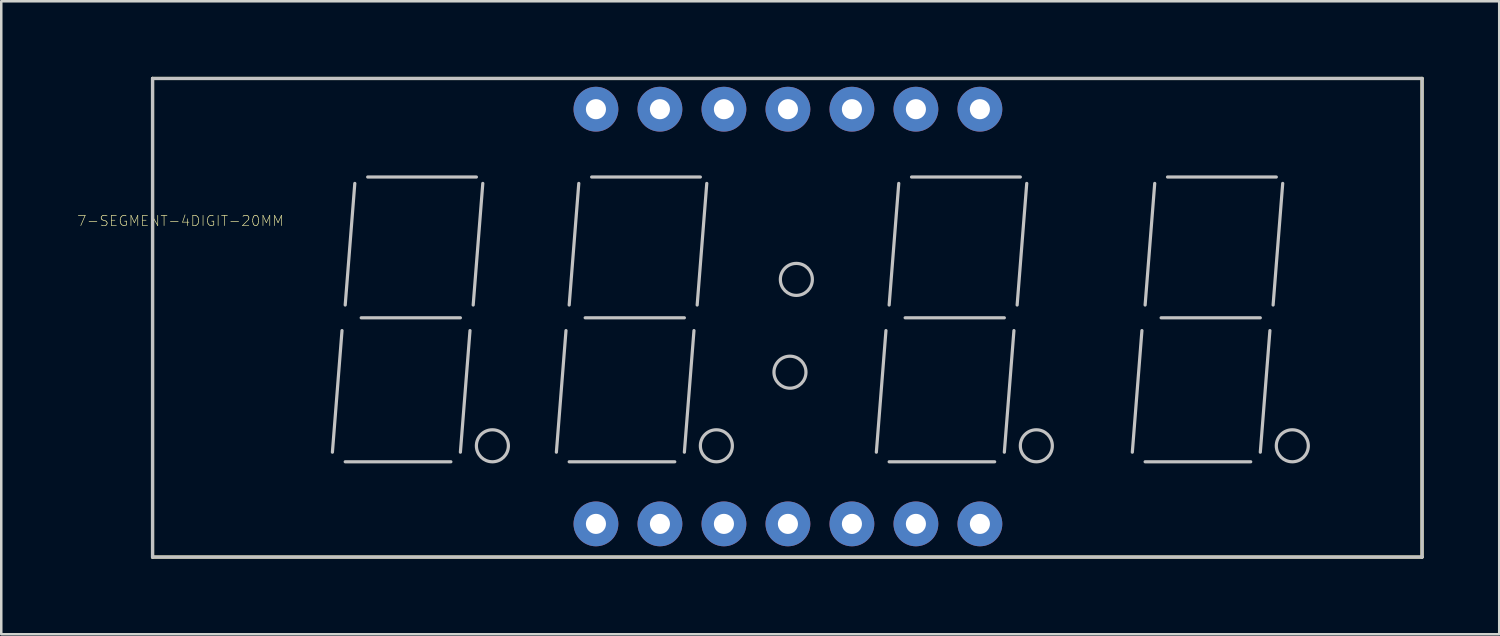
<source format=kicad_pcb>
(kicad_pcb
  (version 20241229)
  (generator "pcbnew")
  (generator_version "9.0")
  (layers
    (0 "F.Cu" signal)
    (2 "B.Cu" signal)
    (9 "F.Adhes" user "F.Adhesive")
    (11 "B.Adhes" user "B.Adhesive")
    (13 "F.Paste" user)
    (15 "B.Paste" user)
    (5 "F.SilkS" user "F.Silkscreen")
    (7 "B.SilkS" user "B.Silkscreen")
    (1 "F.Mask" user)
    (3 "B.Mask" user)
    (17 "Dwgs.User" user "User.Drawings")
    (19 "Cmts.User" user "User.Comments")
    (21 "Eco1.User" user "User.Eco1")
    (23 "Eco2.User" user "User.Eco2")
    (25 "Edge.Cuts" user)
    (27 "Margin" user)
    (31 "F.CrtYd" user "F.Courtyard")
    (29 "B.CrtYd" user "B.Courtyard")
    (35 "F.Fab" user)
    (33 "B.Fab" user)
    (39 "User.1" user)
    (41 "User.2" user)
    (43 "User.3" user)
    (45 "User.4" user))
  (footprint "7-SEGMENT-4DIGIT-20MM"
    (layer "F.Cu")
    (at 23.094 12.664)
    (property "Reference" "7-SEGMENT-4DIGIT-20MM" (at -18.984 -6.947 0) (layer "F.SilkS") (effects (font (size 0.406 0.406) (thickness 0.025))))
    (attr exclude_from_pos_files exclude_from_bom)
    (fp_line (start -20.089 -12.6) (end -20.089 6.398) (stroke (width 0.127) (type solid)) (layer "F.SilkS"))
    (fp_line (start -20.089 -12.6) (end 30.3 -12.6) (stroke (width 0.127) (type solid)) (layer "F.SilkS"))
    (fp_line (start -20.089 6.398) (end 30.3 6.397) (stroke (width 0.127) (type solid)) (layer "F.SilkS"))
    (fp_line (start 30.3 -12.6) (end 30.3 6.397) (stroke (width 0.127) (type solid)) (layer "F.SilkS"))
    (fp_line (start -20.089 -12.6) (end -20.089 6.398) (stroke (width 0.127) (type solid)) (layer "Dwgs.User"))
    (fp_line (start -20.089 -12.6) (end 30.3 -12.6) (stroke (width 0.127) (type solid)) (layer "Dwgs.User"))
    (fp_line (start -20.089 6.398) (end 30.3 6.398) (stroke (width 0.127) (type solid)) (layer "Dwgs.User"))
    (fp_line (start -12.569 -2.592) (end -12.95 2.234) (stroke (width 0.127) (type solid)) (layer "Dwgs.User"))
    (fp_line (start -12.442 2.615) (end -8.248 2.615) (stroke (width 0.127) (type solid)) (layer "Dwgs.User"))
    (fp_line (start -12.061 -8.434) (end -12.442 -3.608) (stroke (width 0.127) (type solid)) (layer "Dwgs.User"))
    (fp_line (start -11.807 -3.1) (end -7.87 -3.1) (stroke (width 0.127) (type solid)) (layer "Dwgs.User"))
    (fp_line (start -11.55 -8.688) (end -7.235 -8.688) (stroke (width 0.127) (type solid)) (layer "Dwgs.User"))
    (fp_line (start -7.489 -2.592) (end -7.87 2.234) (stroke (width 0.127) (type solid)) (layer "Dwgs.User"))
    (fp_line (start -6.981 -8.434) (end -7.362 -3.608) (stroke (width 0.127) (type solid)) (layer "Dwgs.User"))
    (fp_line (start -3.679 -2.592) (end -4.06 2.234) (stroke (width 0.127) (type solid)) (layer "Dwgs.User"))
    (fp_line (start -3.552 2.615) (end 0.639 2.615) (stroke (width 0.127) (type solid)) (layer "Dwgs.User"))
    (fp_line (start -3.171 -8.434) (end -3.552 -3.608) (stroke (width 0.127) (type solid)) (layer "Dwgs.User"))
    (fp_line (start -2.917 -3.1) (end 1.02 -3.1) (stroke (width 0.127) (type solid)) (layer "Dwgs.User"))
    (fp_line (start -2.66 -8.688) (end 1.655 -8.688) (stroke (width 0.127) (type solid)) (layer "Dwgs.User"))
    (fp_line (start 1.401 -2.592) (end 1.02 2.234) (stroke (width 0.127) (type solid)) (layer "Dwgs.User"))
    (fp_line (start 1.909 -8.434) (end 1.528 -3.608) (stroke (width 0.127) (type solid)) (layer "Dwgs.User"))
    (fp_line (start 9.021 -2.592) (end 8.64 2.234) (stroke (width 0.127) (type solid)) (layer "Dwgs.User"))
    (fp_line (start 9.148 2.615) (end 13.336 2.615) (stroke (width 0.127) (type solid)) (layer "Dwgs.User"))
    (fp_line (start 9.529 -8.434) (end 9.148 -3.608) (stroke (width 0.127) (type solid)) (layer "Dwgs.User"))
    (fp_line (start 9.783 -3.1) (end 13.72 -3.1) (stroke (width 0.127) (type solid)) (layer "Dwgs.User"))
    (fp_line (start 10.037 -8.688) (end 14.355 -8.688) (stroke (width 0.127) (type solid)) (layer "Dwgs.User"))
    (fp_line (start 14.101 -2.592) (end 13.72 2.234) (stroke (width 0.127) (type solid)) (layer "Dwgs.User"))
    (fp_line (start 14.609 -8.434) (end 14.228 -3.608) (stroke (width 0.127) (type solid)) (layer "Dwgs.User"))
    (fp_line (start 19.181 -2.592) (end 18.8 2.234) (stroke (width 0.127) (type solid)) (layer "Dwgs.User"))
    (fp_line (start 19.308 2.615) (end 23.499 2.615) (stroke (width 0.127) (type solid)) (layer "Dwgs.User"))
    (fp_line (start 19.689 -8.434) (end 19.308 -3.608) (stroke (width 0.127) (type solid)) (layer "Dwgs.User"))
    (fp_line (start 19.943 -3.1) (end 23.88 -3.1) (stroke (width 0.127) (type solid)) (layer "Dwgs.User"))
    (fp_line (start 20.197 -8.688) (end 24.515 -8.688) (stroke (width 0.127) (type solid)) (layer "Dwgs.User"))
    (fp_line (start 24.261 -2.592) (end 23.88 2.234) (stroke (width 0.127) (type solid)) (layer "Dwgs.User"))
    (fp_line (start 24.769 -8.434) (end 24.388 -3.608) (stroke (width 0.127) (type solid)) (layer "Dwgs.User"))
    (fp_line (start 30.3 -12.6) (end 30.3 6.398) (stroke (width 0.127) (type solid)) (layer "Dwgs.User"))
    (fp_circle (center -6.6 1.98) (end -6.6 1.345) (stroke (width 0.127) (type solid)) (fill no) (layer "Dwgs.User"))
    (fp_circle (center 2.29 1.98) (end 2.29 1.345) (stroke (width 0.127) (type solid)) (fill no) (layer "Dwgs.User"))
    (fp_circle (center 5.211 -0.941) (end 5.211 -1.576) (stroke (width 0.127) (type solid)) (fill no) (layer "Dwgs.User"))
    (fp_circle (center 5.465 -4.624) (end 5.465 -5.259) (stroke (width 0.127) (type solid)) (fill no) (layer "Dwgs.User"))
    (fp_circle (center 14.99 1.98) (end 14.99 1.345) (stroke (width 0.127) (type solid)) (fill no) (layer "Dwgs.User"))
    (fp_circle (center 25.15 1.98) (end 25.15 1.345) (stroke (width 0.127) (type solid)) (fill no) (layer "Dwgs.User"))
    (pad "1" thru_hole circle (at -2.49 5.08) (size 1.778 1.778) (drill 0.798) (layers "*.Cu" "*.Mask"))
    (pad "2" thru_hole circle (at 0.05 5.08) (size 1.778 1.778) (drill 0.798) (layers "*.Cu" "*.Mask"))
    (pad "3" thru_hole circle (at 2.59 5.08) (size 1.778 1.778) (drill 0.798) (layers "*.Cu" "*.Mask"))
    (pad "4" thru_hole circle (at 5.13 5.08) (size 1.778 1.778) (drill 0.798) (layers "*.Cu" "*.Mask"))
    (pad "5" thru_hole circle (at 7.67 5.08) (size 1.778 1.778) (drill 0.798) (layers "*.Cu" "*.Mask"))
    (pad "6" thru_hole circle (at 10.21 5.08) (size 1.778 1.778) (drill 0.798) (layers "*.Cu" "*.Mask"))
    (pad "7" thru_hole circle (at 12.75 5.08) (size 1.778 1.778) (drill 0.798) (layers "*.Cu" "*.Mask"))
    (pad "8" thru_hole circle (at 12.75 -11.38) (size 1.778 1.778) (drill 0.798) (layers "*.Cu" "*.Mask"))
    (pad "9" thru_hole circle (at 10.21 -11.38) (size 1.778 1.778) (drill 0.798) (layers "*.Cu" "*.Mask"))
    (pad "10" thru_hole circle (at 7.67 -11.38) (size 1.778 1.778) (drill 0.798) (layers "*.Cu" "*.Mask"))
    (pad "11" thru_hole circle (at 5.13 -11.38) (size 1.778 1.778) (drill 0.798) (layers "*.Cu" "*.Mask"))
    (pad "12" thru_hole circle (at 2.59 -11.38) (size 1.778 1.778) (drill 0.798) (layers "*.Cu" "*.Mask"))
    (pad "13" thru_hole circle (at 0.05 -11.38) (size 1.778 1.778) (drill 0.798) (layers "*.Cu" "*.Mask"))
    (pad "14" thru_hole circle (at -2.49 -11.38) (size 1.778 1.778) (drill 0.798) (layers "*.Cu" "*.Mask")))
  (gr_rect
    (start -3 -3)
    (end 56.457 22.125)
    (stroke (width 0.1) (type default))
    (fill no)
    (layer "Edge.Cuts")))
</source>
